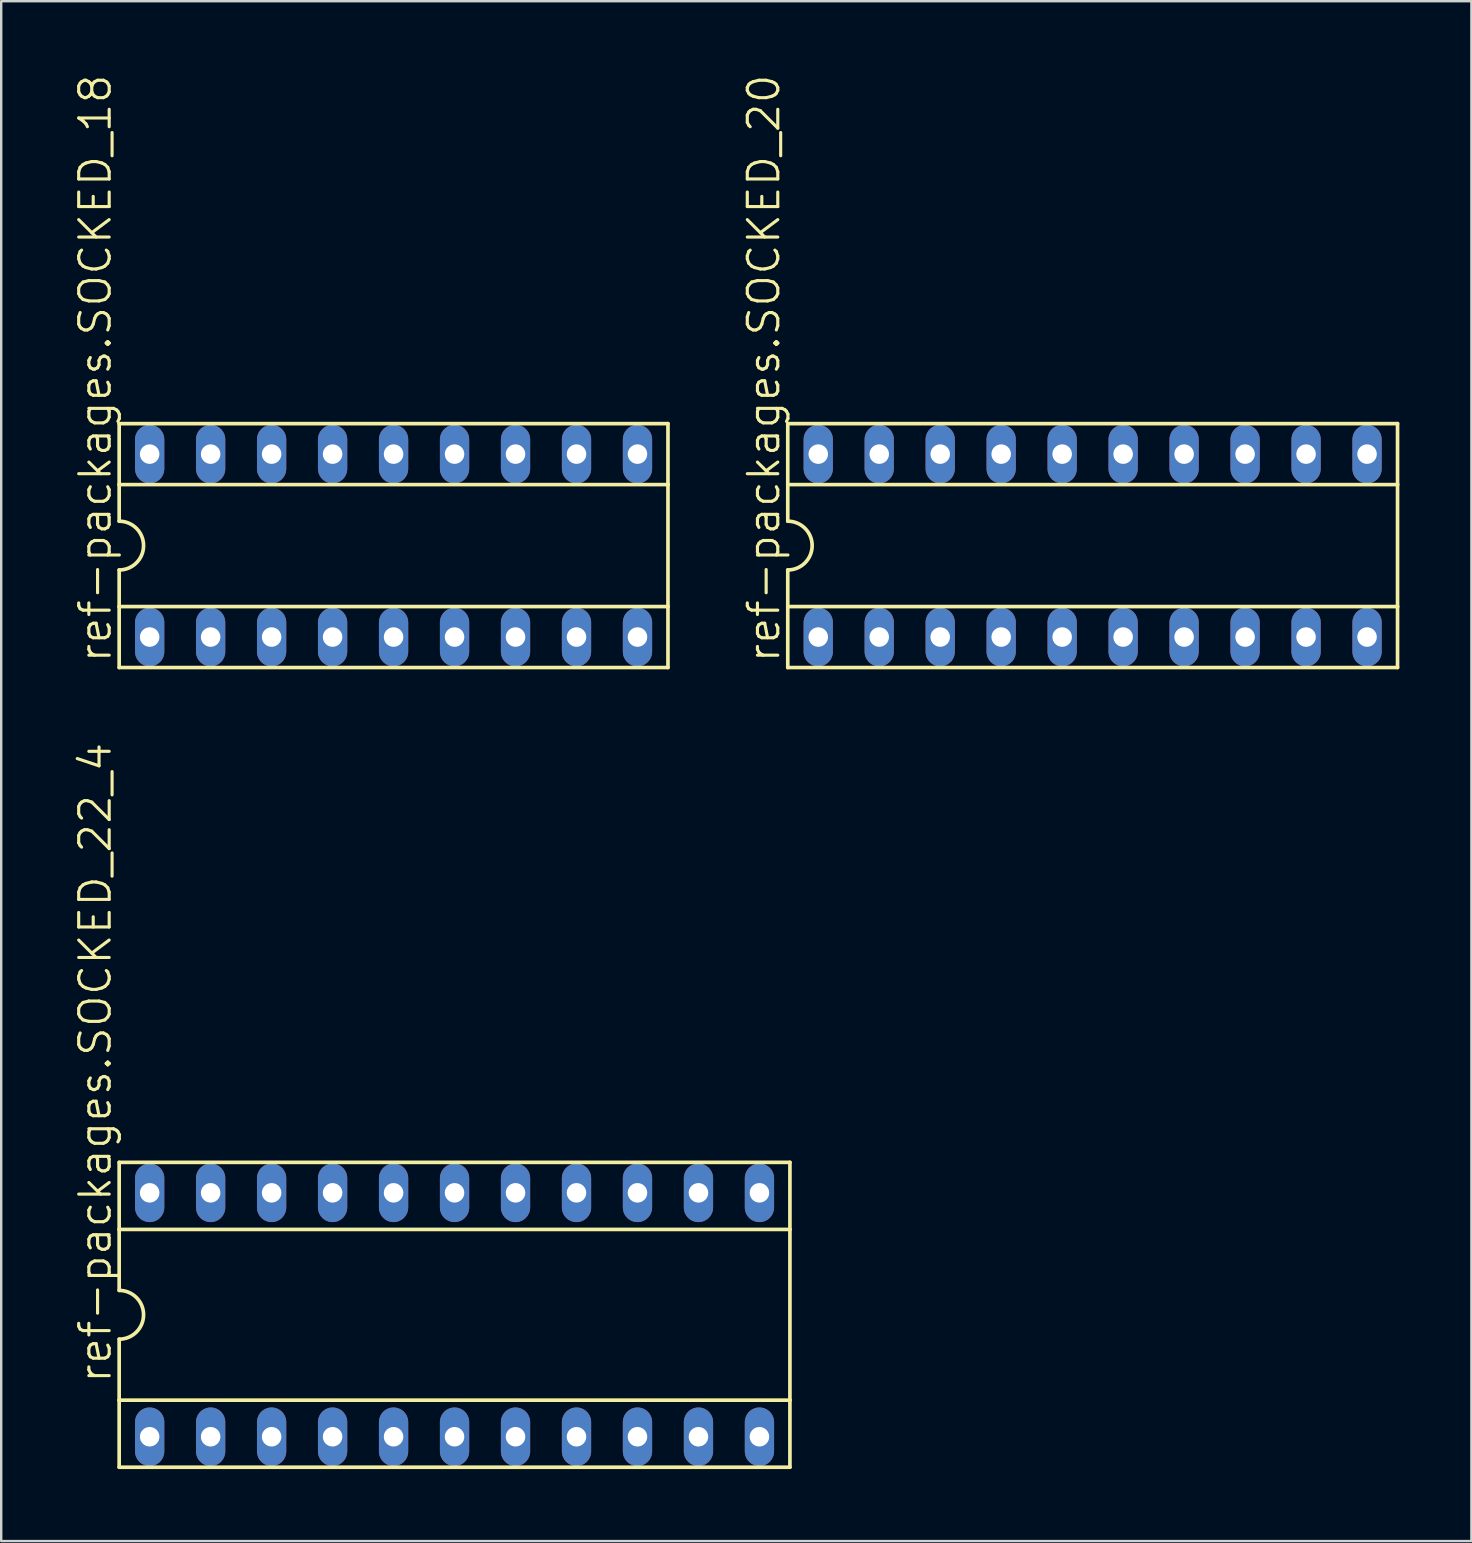
<source format=kicad_pcb>
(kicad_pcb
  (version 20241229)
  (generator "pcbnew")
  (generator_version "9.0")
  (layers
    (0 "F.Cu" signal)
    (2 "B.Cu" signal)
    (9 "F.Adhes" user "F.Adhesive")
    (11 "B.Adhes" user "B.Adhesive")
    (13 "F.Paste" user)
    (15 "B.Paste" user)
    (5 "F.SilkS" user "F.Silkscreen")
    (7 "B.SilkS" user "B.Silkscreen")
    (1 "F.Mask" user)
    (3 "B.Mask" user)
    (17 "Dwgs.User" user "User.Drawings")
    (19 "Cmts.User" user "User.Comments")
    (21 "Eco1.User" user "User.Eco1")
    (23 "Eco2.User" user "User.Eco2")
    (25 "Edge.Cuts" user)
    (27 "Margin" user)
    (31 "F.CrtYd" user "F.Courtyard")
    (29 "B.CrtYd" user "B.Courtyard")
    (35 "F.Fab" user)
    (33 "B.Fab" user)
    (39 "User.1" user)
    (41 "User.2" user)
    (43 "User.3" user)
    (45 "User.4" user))
  (footprint "ref-packages.SOCKED_22_4"
    (layer "F.Cu")
    (at 15.884 51.717)
    (property "Reference" "ref-packages.SOCKED_22_4" (at -14.224 2.921 90) (layer "F.SilkS") (effects (font (size 1.27 1.27) (thickness 0.13)) (justify left bottom)))
    (attr through_hole)
    (fp_line (start -13.97 -6.35) (end -13.97 -3.556) (stroke (width 0.152) (type default)) (layer "F.SilkS"))
    (fp_line (start -13.97 -3.556) (end -13.97 -1.016) (stroke (width 0.152) (type default)) (layer "F.SilkS"))
    (fp_line (start -13.97 3.556) (end -13.97 1.016) (stroke (width 0.152) (type default)) (layer "F.SilkS"))
    (fp_line (start -13.97 3.556) (end 13.97 3.556) (stroke (width 0.152) (type default)) (layer "F.SilkS"))
    (fp_line (start -13.97 6.35) (end -13.97 3.556) (stroke (width 0.152) (type default)) (layer "F.SilkS"))
    (fp_line (start -13.97 6.35) (end 13.97 6.35) (stroke (width 0.152) (type default)) (layer "F.SilkS"))
    (fp_line (start 13.97 -6.35) (end -13.97 -6.35) (stroke (width 0.152) (type default)) (layer "F.SilkS"))
    (fp_line (start 13.97 -6.35) (end 13.97 -3.556) (stroke (width 0.152) (type default)) (layer "F.SilkS"))
    (fp_line (start 13.97 -3.556) (end -13.97 -3.556) (stroke (width 0.152) (type default)) (layer "F.SilkS"))
    (fp_line (start 13.97 -3.556) (end 13.97 3.556) (stroke (width 0.152) (type default)) (layer "F.SilkS"))
    (fp_line (start 13.97 6.35) (end 13.97 3.556) (stroke (width 0.152) (type default)) (layer "F.SilkS"))
    (fp_arc (start -13.97 -1.016) (mid -12.954 0) (end -13.97 1.016) (stroke (width 0.1524) (type default)) (layer "F.SilkS"))
    (pad "1" thru_hole oval (at -12.7 5.08 90) (size 2.438 1.219) (drill 0.813) (layers "*.Cu" "*.Mask"))
    (pad "2" thru_hole oval (at -10.16 5.08 90) (size 2.438 1.219) (drill 0.813) (layers "*.Cu" "*.Mask"))
    (pad "3" thru_hole oval (at -7.62 5.08 90) (size 2.438 1.219) (drill 0.813) (layers "*.Cu" "*.Mask"))
    (pad "4" thru_hole oval (at -5.08 5.08 90) (size 2.438 1.219) (drill 0.813) (layers "*.Cu" "*.Mask"))
    (pad "5" thru_hole oval (at -2.54 5.08 90) (size 2.438 1.219) (drill 0.813) (layers "*.Cu" "*.Mask"))
    (pad "6" thru_hole oval (at 0 5.08 90) (size 2.438 1.219) (drill 0.813) (layers "*.Cu" "*.Mask"))
    (pad "7" thru_hole oval (at 2.54 5.08 90) (size 2.438 1.219) (drill 0.813) (layers "*.Cu" "*.Mask"))
    (pad "8" thru_hole oval (at 5.08 5.08 90) (size 2.438 1.219) (drill 0.813) (layers "*.Cu" "*.Mask"))
    (pad "9" thru_hole oval (at 7.62 5.08 90) (size 2.438 1.219) (drill 0.813) (layers "*.Cu" "*.Mask"))
    (pad "10" thru_hole oval (at 10.16 5.08 90) (size 2.438 1.219) (drill 0.813) (layers "*.Cu" "*.Mask"))
    (pad "11" thru_hole oval (at 12.7 5.08 90) (size 2.438 1.219) (drill 0.813) (layers "*.Cu" "*.Mask"))
    (pad "12" thru_hole oval (at 12.7 -5.08 90) (size 2.438 1.219) (drill 0.813) (layers "*.Cu" "*.Mask"))
    (pad "13" thru_hole oval (at 10.16 -5.08 90) (size 2.438 1.219) (drill 0.813) (layers "*.Cu" "*.Mask"))
    (pad "14" thru_hole oval (at 7.62 -5.08 90) (size 2.438 1.219) (drill 0.813) (layers "*.Cu" "*.Mask"))
    (pad "15" thru_hole oval (at 5.08 -5.08 90) (size 2.438 1.219) (drill 0.813) (layers "*.Cu" "*.Mask"))
    (pad "16" thru_hole oval (at 2.54 -5.08 90) (size 2.438 1.219) (drill 0.813) (layers "*.Cu" "*.Mask"))
    (pad "17" thru_hole oval (at 0 -5.08 90) (size 2.438 1.219) (drill 0.813) (layers "*.Cu" "*.Mask"))
    (pad "18" thru_hole oval (at -2.54 -5.08 90) (size 2.438 1.219) (drill 0.813) (layers "*.Cu" "*.Mask"))
    (pad "19" thru_hole oval (at -5.08 -5.08 90) (size 2.438 1.219) (drill 0.813) (layers "*.Cu" "*.Mask"))
    (pad "20" thru_hole oval (at -7.62 -5.08 90) (size 2.438 1.219) (drill 0.813) (layers "*.Cu" "*.Mask"))
    (pad "21" thru_hole oval (at -10.16 -5.08 90) (size 2.438 1.219) (drill 0.813) (layers "*.Cu" "*.Mask"))
    (pad "22" thru_hole oval (at -12.7 -5.08 90) (size 2.438 1.219) (drill 0.813) (layers "*.Cu" "*.Mask")))
  (footprint "ref-packages.SOCKED_18"
    (layer "F.Cu")
    (at 13.344 19.676)
    (property "Reference" "ref-packages.SOCKED_18" (at -11.684 4.953 90) (layer "F.SilkS") (effects (font (size 1.27 1.27) (thickness 0.13)) (justify left bottom)))
    (attr through_hole)
    (fp_line (start -11.43 -5.08) (end -11.43 -2.54) (stroke (width 0.152) (type default)) (layer "F.SilkS"))
    (fp_line (start -11.43 -2.54) (end -11.43 -1.016) (stroke (width 0.152) (type default)) (layer "F.SilkS"))
    (fp_line (start -11.43 -2.54) (end 11.43 -2.54) (stroke (width 0.152) (type default)) (layer "F.SilkS"))
    (fp_line (start -11.43 2.54) (end -11.43 1.016) (stroke (width 0.152) (type default)) (layer "F.SilkS"))
    (fp_line (start -11.43 2.54) (end 11.43 2.54) (stroke (width 0.152) (type default)) (layer "F.SilkS"))
    (fp_line (start -11.43 5.08) (end -11.43 2.54) (stroke (width 0.152) (type default)) (layer "F.SilkS"))
    (fp_line (start -11.43 5.08) (end 11.43 5.08) (stroke (width 0.152) (type default)) (layer "F.SilkS"))
    (fp_line (start 11.43 -5.08) (end -11.43 -5.08) (stroke (width 0.152) (type default)) (layer "F.SilkS"))
    (fp_line (start 11.43 -5.08) (end 11.43 -2.54) (stroke (width 0.152) (type default)) (layer "F.SilkS"))
    (fp_line (start 11.43 -2.54) (end 11.43 2.54) (stroke (width 0.152) (type default)) (layer "F.SilkS"))
    (fp_line (start 11.43 2.54) (end 11.43 5.08) (stroke (width 0.152) (type default)) (layer "F.SilkS"))
    (fp_arc (start -11.43 -1.016) (mid -10.414 0) (end -11.43 1.016) (stroke (width 0.1524) (type default)) (layer "F.SilkS"))
    (pad "1" thru_hole oval (at -10.16 3.81 90) (size 2.438 1.219) (drill 0.813) (layers "*.Cu" "*.Mask"))
    (pad "2" thru_hole oval (at -7.62 3.81 90) (size 2.438 1.219) (drill 0.813) (layers "*.Cu" "*.Mask"))
    (pad "3" thru_hole oval (at -5.08 3.81 90) (size 2.438 1.219) (drill 0.813) (layers "*.Cu" "*.Mask"))
    (pad "4" thru_hole oval (at -2.54 3.81 90) (size 2.438 1.219) (drill 0.813) (layers "*.Cu" "*.Mask"))
    (pad "5" thru_hole oval (at 0 3.81 90) (size 2.438 1.219) (drill 0.813) (layers "*.Cu" "*.Mask"))
    (pad "6" thru_hole oval (at 2.54 3.81 90) (size 2.438 1.219) (drill 0.813) (layers "*.Cu" "*.Mask"))
    (pad "7" thru_hole oval (at 5.08 3.81 90) (size 2.438 1.219) (drill 0.813) (layers "*.Cu" "*.Mask"))
    (pad "8" thru_hole oval (at 7.62 3.81 90) (size 2.438 1.219) (drill 0.813) (layers "*.Cu" "*.Mask"))
    (pad "9" thru_hole oval (at 10.16 3.81 90) (size 2.438 1.219) (drill 0.813) (layers "*.Cu" "*.Mask"))
    (pad "10" thru_hole oval (at 10.16 -3.81 90) (size 2.438 1.219) (drill 0.813) (layers "*.Cu" "*.Mask"))
    (pad "11" thru_hole oval (at 7.62 -3.81 90) (size 2.438 1.219) (drill 0.813) (layers "*.Cu" "*.Mask"))
    (pad "12" thru_hole oval (at 5.08 -3.81 90) (size 2.438 1.219) (drill 0.813) (layers "*.Cu" "*.Mask"))
    (pad "13" thru_hole oval (at 2.54 -3.81 90) (size 2.438 1.219) (drill 0.813) (layers "*.Cu" "*.Mask"))
    (pad "14" thru_hole oval (at 0 -3.81 90) (size 2.438 1.219) (drill 0.813) (layers "*.Cu" "*.Mask"))
    (pad "15" thru_hole oval (at -2.54 -3.81 90) (size 2.438 1.219) (drill 0.813) (layers "*.Cu" "*.Mask"))
    (pad "16" thru_hole oval (at -5.08 -3.81 90) (size 2.438 1.219) (drill 0.813) (layers "*.Cu" "*.Mask"))
    (pad "17" thru_hole oval (at -7.62 -3.81 90) (size 2.438 1.219) (drill 0.813) (layers "*.Cu" "*.Mask"))
    (pad "18" thru_hole oval (at -10.16 -3.81 90) (size 2.438 1.219) (drill 0.813) (layers "*.Cu" "*.Mask")))
  (footprint "ref-packages.SOCKED_20"
    (layer "F.Cu")
    (at 42.464 19.676)
    (property "Reference" "ref-packages.SOCKED_20" (at -12.954 4.953 90) (layer "F.SilkS") (effects (font (size 1.27 1.27) (thickness 0.13)) (justify left bottom)))
    (attr through_hole)
    (fp_line (start -12.7 -5.08) (end -12.7 -2.54) (stroke (width 0.152) (type default)) (layer "F.SilkS"))
    (fp_line (start -12.7 -2.54) (end -12.7 -1.016) (stroke (width 0.152) (type default)) (layer "F.SilkS"))
    (fp_line (start -12.7 -2.54) (end 12.7 -2.54) (stroke (width 0.152) (type default)) (layer "F.SilkS"))
    (fp_line (start -12.7 2.54) (end -12.7 1.016) (stroke (width 0.152) (type default)) (layer "F.SilkS"))
    (fp_line (start -12.7 2.54) (end 12.7 2.54) (stroke (width 0.152) (type default)) (layer "F.SilkS"))
    (fp_line (start -12.7 5.08) (end -12.7 2.54) (stroke (width 0.152) (type default)) (layer "F.SilkS"))
    (fp_line (start -12.7 5.08) (end 12.7 5.08) (stroke (width 0.152) (type default)) (layer "F.SilkS"))
    (fp_line (start 12.7 -5.08) (end -12.7 -5.08) (stroke (width 0.152) (type default)) (layer "F.SilkS"))
    (fp_line (start 12.7 -5.08) (end 12.7 -2.54) (stroke (width 0.152) (type default)) (layer "F.SilkS"))
    (fp_line (start 12.7 -2.54) (end 12.7 2.54) (stroke (width 0.152) (type default)) (layer "F.SilkS"))
    (fp_line (start 12.7 2.54) (end 12.7 5.08) (stroke (width 0.152) (type default)) (layer "F.SilkS"))
    (fp_arc (start -12.7 -1.016) (mid -11.684 0) (end -12.7 1.016) (stroke (width 0.1524) (type default)) (layer "F.SilkS"))
    (pad "1" thru_hole oval (at -11.43 3.81 90) (size 2.438 1.219) (drill 0.813) (layers "*.Cu" "*.Mask"))
    (pad "2" thru_hole oval (at -8.89 3.81 90) (size 2.438 1.219) (drill 0.813) (layers "*.Cu" "*.Mask"))
    (pad "3" thru_hole oval (at -6.35 3.81 90) (size 2.438 1.219) (drill 0.813) (layers "*.Cu" "*.Mask"))
    (pad "4" thru_hole oval (at -3.81 3.81 90) (size 2.438 1.219) (drill 0.813) (layers "*.Cu" "*.Mask"))
    (pad "5" thru_hole oval (at -1.27 3.81 90) (size 2.438 1.219) (drill 0.813) (layers "*.Cu" "*.Mask"))
    (pad "6" thru_hole oval (at 1.27 3.81 90) (size 2.438 1.219) (drill 0.813) (layers "*.Cu" "*.Mask"))
    (pad "7" thru_hole oval (at 3.81 3.81 90) (size 2.438 1.219) (drill 0.813) (layers "*.Cu" "*.Mask"))
    (pad "8" thru_hole oval (at 6.35 3.81 90) (size 2.438 1.219) (drill 0.813) (layers "*.Cu" "*.Mask"))
    (pad "9" thru_hole oval (at 8.89 3.81 90) (size 2.438 1.219) (drill 0.813) (layers "*.Cu" "*.Mask"))
    (pad "10" thru_hole oval (at 11.43 3.81 90) (size 2.438 1.219) (drill 0.813) (layers "*.Cu" "*.Mask"))
    (pad "11" thru_hole oval (at 11.43 -3.81 90) (size 2.438 1.219) (drill 0.813) (layers "*.Cu" "*.Mask"))
    (pad "12" thru_hole oval (at 8.89 -3.81 90) (size 2.438 1.219) (drill 0.813) (layers "*.Cu" "*.Mask"))
    (pad "13" thru_hole oval (at 6.35 -3.81 90) (size 2.438 1.219) (drill 0.813) (layers "*.Cu" "*.Mask"))
    (pad "14" thru_hole oval (at 3.81 -3.81 90) (size 2.438 1.219) (drill 0.813) (layers "*.Cu" "*.Mask"))
    (pad "15" thru_hole oval (at 1.27 -3.81 90) (size 2.438 1.219) (drill 0.813) (layers "*.Cu" "*.Mask"))
    (pad "16" thru_hole oval (at -1.27 -3.81 90) (size 2.438 1.219) (drill 0.813) (layers "*.Cu" "*.Mask"))
    (pad "17" thru_hole oval (at -3.81 -3.81 90) (size 2.438 1.219) (drill 0.813) (layers "*.Cu" "*.Mask"))
    (pad "18" thru_hole oval (at -6.35 -3.81 90) (size 2.438 1.219) (drill 0.813) (layers "*.Cu" "*.Mask"))
    (pad "19" thru_hole oval (at -8.89 -3.81 90) (size 2.438 1.219) (drill 0.813) (layers "*.Cu" "*.Mask"))
    (pad "20" thru_hole oval (at -11.43 -3.81 90) (size 2.438 1.219) (drill 0.813) (layers "*.Cu" "*.Mask")))
  (gr_rect
    (start -3 -3)
    (end 58.24 61.143)
    (stroke (width 0.1) (type default))
    (fill no)
    (layer "Edge.Cuts")))
</source>
